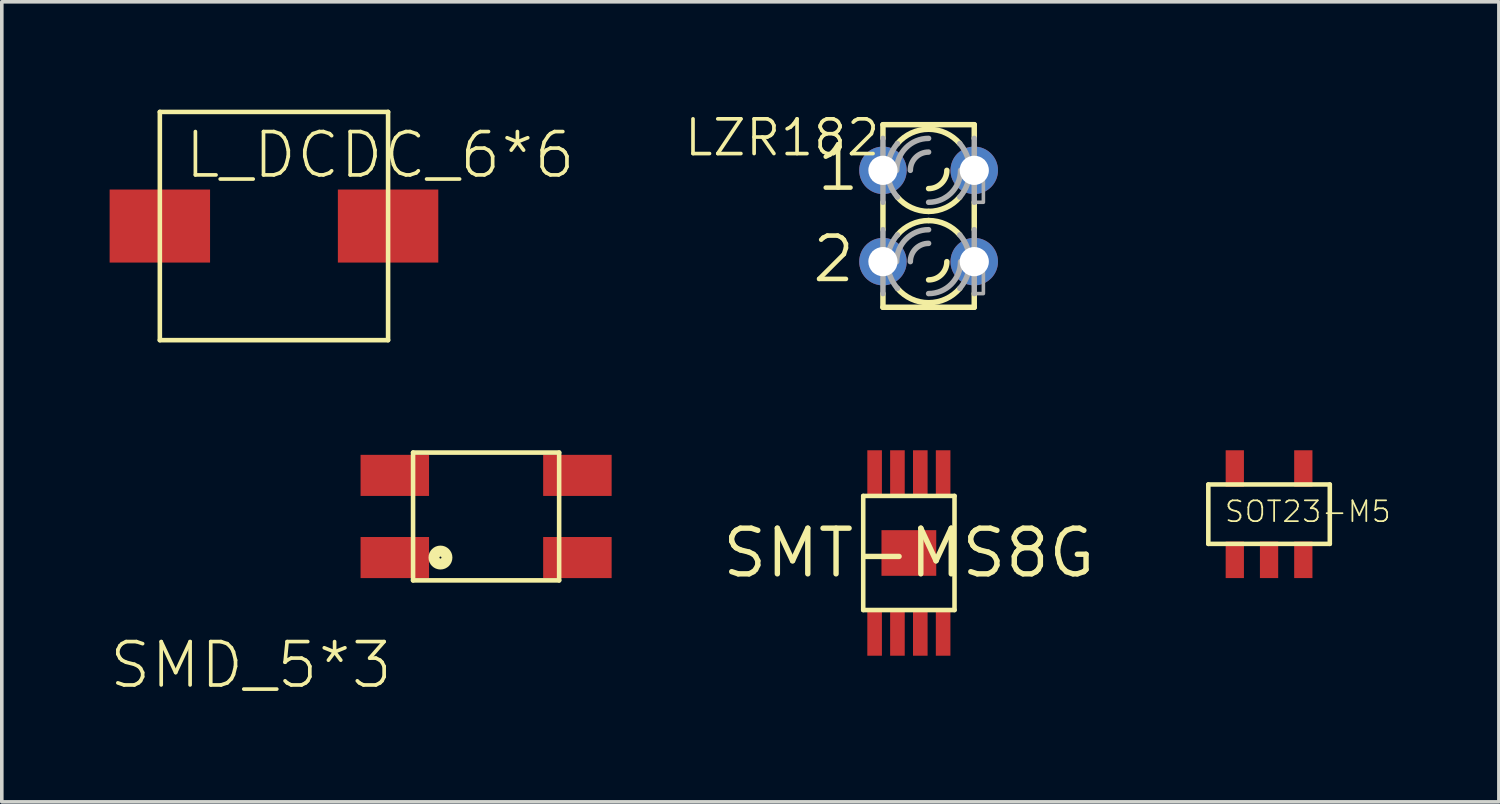
<source format=kicad_pcb>
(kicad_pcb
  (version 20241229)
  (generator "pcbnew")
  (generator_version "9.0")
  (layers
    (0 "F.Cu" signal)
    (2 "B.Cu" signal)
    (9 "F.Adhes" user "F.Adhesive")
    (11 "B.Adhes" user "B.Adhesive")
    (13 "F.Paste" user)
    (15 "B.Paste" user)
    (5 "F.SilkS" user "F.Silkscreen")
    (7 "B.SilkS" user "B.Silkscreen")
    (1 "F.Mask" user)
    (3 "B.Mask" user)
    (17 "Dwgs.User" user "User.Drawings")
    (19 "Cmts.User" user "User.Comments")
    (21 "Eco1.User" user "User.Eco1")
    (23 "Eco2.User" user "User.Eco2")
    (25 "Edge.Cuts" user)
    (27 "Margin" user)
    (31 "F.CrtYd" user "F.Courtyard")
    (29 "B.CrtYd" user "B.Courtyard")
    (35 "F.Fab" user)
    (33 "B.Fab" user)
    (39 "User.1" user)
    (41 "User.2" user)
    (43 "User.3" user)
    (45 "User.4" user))
  (footprint "LZR182"
    (layer "F.Cu")
    (at 22.785 2.959)
    (property "Reference" "LZR182" (at -1.295 -2.743 0) (layer "F.SilkS") (effects (font (size 0.965 0.965) (thickness 0.102)) (justify right top)))
    (attr through_hole)
    (fp_line (start -1.27 -2.54) (end -1.27 -2.159) (stroke (width 0.152) (type solid)) (layer "F.SilkS"))
    (fp_line (start -1.27 -2.54) (end 1.27 -2.54) (stroke (width 0.152) (type solid)) (layer "F.SilkS"))
    (fp_line (start -1.27 -0.381) (end -1.27 0.381) (stroke (width 0.152) (type solid)) (layer "F.SilkS"))
    (fp_line (start -1.27 2.54) (end -1.27 2.159) (stroke (width 0.152) (type solid)) (layer "F.SilkS"))
    (fp_line (start -1.27 2.54) (end 1.27 2.54) (stroke (width 0.152) (type solid)) (layer "F.SilkS"))
    (fp_line (start 1.27 -2.54) (end 1.27 -2.159) (stroke (width 0.152) (type solid)) (layer "F.SilkS"))
    (fp_line (start 1.27 -0.381) (end 1.27 0.381) (stroke (width 0.152) (type solid)) (layer "F.SilkS"))
    (fp_line (start 1.27 2.54) (end 1.27 2.159) (stroke (width 0.152) (type solid)) (layer "F.SilkS"))
    (fp_arc (start -0.8678 -2.0139) (mid -0.477588 -2.308445) (end 0 -2.413001) (stroke (width 0.1524) (type solid)) (layer "F.SilkS"))
    (fp_arc (start -0.8678 0.5261) (mid -0.477588 0.231555) (end -0.000001 0.126999) (stroke (width 0.1524) (type solid)) (layer "F.SilkS"))
    (fp_arc (start -0.000001 -0.126999) (mid -0.477588 -0.231555) (end -0.8678 -0.5261) (stroke (width 0.1524) (type solid)) (layer "F.SilkS"))
    (fp_arc (start 0 -2.413) (mid 0.477588 -2.308444) (end 0.8678 -2.013899) (stroke (width 0.1524) (type solid)) (layer "F.SilkS"))
    (fp_arc (start 0 0.127) (mid 0.477587 0.231556) (end 0.867799 0.5261) (stroke (width 0.1524) (type solid)) (layer "F.SilkS"))
    (fp_arc (start 0 2.413001) (mid -0.477588 2.308445) (end -0.8678 2.0139) (stroke (width 0.1524) (type solid)) (layer "F.SilkS"))
    (fp_arc (start 0.508 -1.27) (mid 0.35921 -0.91079) (end 0 -0.762) (stroke (width 0.1524) (type solid)) (layer "F.SilkS"))
    (fp_arc (start 0.508 1.27) (mid 0.35921 1.62921) (end 0 1.778) (stroke (width 0.1524) (type solid)) (layer "F.SilkS"))
    (fp_arc (start 0.867799 -0.5261) (mid 0.477587 -0.231556) (end 0 -0.127) (stroke (width 0.1524) (type solid)) (layer "F.SilkS"))
    (fp_arc (start 0.8678 2.013899) (mid 0.477588 2.308444) (end 0 2.413) (stroke (width 0.1524) (type solid)) (layer "F.SilkS"))
    (fp_line (start -1.27 -0.381) (end -1.27 -2.159) (stroke (width 0.152) (type solid)) (layer "F.Fab"))
    (fp_line (start -1.27 2.159) (end -1.27 0.381) (stroke (width 0.152) (type solid)) (layer "F.Fab"))
    (fp_line (start 1.27 -2.159) (end 1.27 -0.381) (stroke (width 0.152) (type solid)) (layer "F.Fab"))
    (fp_line (start 1.27 0.381) (end 1.27 2.159) (stroke (width 0.152) (type solid)) (layer "F.Fab"))
    (fp_arc (start -1.143 -1.27) (mid -1.071949 -1.666597) (end -0.8677 -2.0139) (stroke (width 0.1524) (type solid)) (layer "F.Fab"))
    (fp_arc (start -1.143 1.27) (mid -1.071997 0.873413) (end -0.867801 0.5261) (stroke (width 0.1524) (type solid)) (layer "F.Fab"))
    (fp_arc (start -0.889 -1.27) (mid -0.628618 -1.898618) (end 0 -2.159) (stroke (width 0.1524) (type solid)) (layer "F.Fab"))
    (fp_arc (start -0.889 1.27) (mid -0.628618 0.641382) (end 0 0.381) (stroke (width 0.1524) (type solid)) (layer "F.Fab"))
    (fp_arc (start -0.867801 -0.5261) (mid -1.071997 -0.873413) (end -1.143 -1.27) (stroke (width 0.1524) (type solid)) (layer "F.Fab"))
    (fp_arc (start -0.8677 2.0139) (mid -1.071949 1.666597) (end -1.143 1.27) (stroke (width 0.1524) (type solid)) (layer "F.Fab"))
    (fp_arc (start -0.508 -1.27) (mid -0.35921 -1.62921) (end 0 -1.778) (stroke (width 0.1524) (type solid)) (layer "F.Fab"))
    (fp_arc (start -0.508 1.27) (mid -0.35921 0.91079) (end 0 0.762) (stroke (width 0.1524) (type solid)) (layer "F.Fab"))
    (fp_arc (start 0.8678 -2.0139) (mid 1.072043 -1.666595) (end 1.1431 -1.27) (stroke (width 0.1524) (type solid)) (layer "F.Fab"))
    (fp_arc (start 0.8678 0.5261) (mid 1.071949 0.873421) (end 1.1429 1.27) (stroke (width 0.1524) (type solid)) (layer "F.Fab"))
    (fp_arc (start 0.889 -1.27) (mid 0.628618 -0.641382) (end 0 -0.381) (stroke (width 0.1524) (type solid)) (layer "F.Fab"))
    (fp_arc (start 0.889 1.27) (mid 0.628618 1.898618) (end 0 2.159) (stroke (width 0.1524) (type solid)) (layer "F.Fab"))
    (fp_arc (start 1.1429 -1.27) (mid 1.071949 -0.873421) (end 0.8678 -0.5261) (stroke (width 0.1524) (type solid)) (layer "F.Fab"))
    (fp_arc (start 1.1431 1.27) (mid 1.072043 1.666594) (end 0.8678 2.0139) (stroke (width 0.1524) (type solid)) (layer "F.Fab"))
    (fp_poly (pts (xy -1.524 -1.016) (xy -1.27 -1.016) (xy -1.27 -1.524) (xy -1.524 -1.524)) (stroke (width 0.1) (type solid)) (fill no) (layer "F.Fab"))
    (fp_poly (pts (xy -1.524 1.524) (xy -1.27 1.524) (xy -1.27 1.016) (xy -1.524 1.016)) (stroke (width 0.1) (type solid)) (fill no) (layer "F.Fab"))
    (fp_poly (pts (xy 1.27 -0.381) (xy 1.524 -0.381) (xy 1.524 -1.524) (xy 1.27 -1.524)) (stroke (width 0.1) (type solid)) (fill no) (layer "F.Fab"))
    (fp_poly (pts (xy 1.27 2.159) (xy 1.524 2.159) (xy 1.524 1.016) (xy 1.27 1.016)) (stroke (width 0.1) (type solid)) (fill no) (layer "F.Fab"))
    (fp_text user "1" (at -3.175 -0.635 0) (layer "F.SilkS") (effects (font (size 1.206 1.206) (thickness 0.127)) (justify left bottom)))
    (fp_text user "2" (at -3.302 1.905 0) (layer "F.SilkS") (effects (font (size 1.206 1.206) (thickness 0.127)) (justify left bottom)))
    (pad "A1" thru_hole circle (at -1.27 -1.27) (size 1.321 1.321) (drill 0.813) (layers "*.Cu" "*.Mask"))
    (pad "A2" thru_hole circle (at -1.27 1.27) (size 1.321 1.321) (drill 0.813) (layers "*.Cu" "*.Mask"))
    (pad "K1" thru_hole circle (at 1.27 -1.27) (size 1.321 1.321) (drill 0.813) (layers "*.Cu" "*.Mask"))
    (pad "K2" thru_hole circle (at 1.27 1.27) (size 1.321 1.321) (drill 0.813) (layers "*.Cu" "*.Mask")))
  (footprint "SMD_5*3"
    (layer "F.Cu")
    (at 10.474 11.319)
    (property "Reference" "SMD_5*3" (at -2.54 3.429 0) (layer "F.SilkS") (effects (font (size 1.206 1.206) (thickness 0.102)) (justify right top)))
    (attr through_hole)
    (fp_line (start -2.032 -1.778) (end 2.032 -1.778) (stroke (width 0.127) (type solid)) (layer "F.SilkS"))
    (fp_line (start -2.032 1.778) (end -2.032 -1.778) (stroke (width 0.127) (type solid)) (layer "F.SilkS"))
    (fp_line (start 2.032 -1.778) (end 2.032 1.778) (stroke (width 0.127) (type solid)) (layer "F.SilkS"))
    (fp_line (start 2.032 1.778) (end -2.032 1.778) (stroke (width 0.127) (type solid)) (layer "F.SilkS"))
    (fp_circle (center -1.27 1.143) (end -1.09 1.143) (stroke (width 0.305) (type solid)) (fill no) (layer "F.SilkS"))
    (pad "P$1" smd rect (at -2.54 1.143) (size 1.905 1.143) (layers "F.Cu" "F.Mask" "F.Paste"))
    (pad "P$2" smd rect (at 2.54 1.143) (size 1.905 1.143) (layers "F.Cu" "F.Mask" "F.Paste"))
    (pad "P$3" smd rect (at 2.54 -1.143) (size 1.905 1.143) (layers "F.Cu" "F.Mask" "F.Paste"))
    (pad "P$4" smd rect (at -2.54 -1.143) (size 1.905 1.143) (layers "F.Cu" "F.Mask" "F.Paste")))
  (footprint "SMT-MS8G"
    (layer "F.Cu")
    (at 22.236 12.335)
    (property "Reference" "SMT-MS8G" (at 0 0 0) (layer "F.SilkS") (effects (font (size 1.27 1.27) (thickness 0.15))))
    (attr through_hole)
    (fp_line (start -1.27 -1.587) (end 1.27 -1.587) (stroke (width 0.127) (type solid)) (layer "F.SilkS"))
    (fp_line (start -1.27 1.587) (end -1.27 -1.587) (stroke (width 0.127) (type solid)) (layer "F.SilkS"))
    (fp_line (start 1.27 -1.587) (end 1.27 1.587) (stroke (width 0.127) (type solid)) (layer "F.SilkS"))
    (fp_line (start 1.27 1.587) (end -1.27 1.587) (stroke (width 0.127) (type solid)) (layer "F.SilkS"))
    (pad "P$1" smd rect (at -0.953 2.223 90) (size 1.27 0.406) (layers "F.Cu" "F.Mask" "F.Paste"))
    (pad "P$2" smd rect (at -0.318 2.223 90) (size 1.27 0.406) (layers "F.Cu" "F.Mask" "F.Paste"))
    (pad "P$3" smd rect (at 0.318 2.223 90) (size 1.27 0.406) (layers "F.Cu" "F.Mask" "F.Paste"))
    (pad "P$4" smd rect (at 0.953 2.223 90) (size 1.27 0.406) (layers "F.Cu" "F.Mask" "F.Paste"))
    (pad "P$5" smd rect (at 0.953 -2.223 90) (size 1.27 0.406) (layers "F.Cu" "F.Mask" "F.Paste"))
    (pad "P$6" smd rect (at 0.318 -2.223 90) (size 1.27 0.406) (layers "F.Cu" "F.Mask" "F.Paste"))
    (pad "P$7" smd rect (at -0.318 -2.223 90) (size 1.27 0.406) (layers "F.Cu" "F.Mask" "F.Paste"))
    (pad "P$8" smd rect (at -0.953 -2.223 90) (size 1.27 0.406) (layers "F.Cu" "F.Mask" "F.Paste"))
    (pad "P$9" smd rect (at 0 0) (size 1.524 1.27) (layers "F.Cu" "F.Mask" "F.Paste")))
  (footprint "SOT23-M5"
    (layer "F.Cu")
    (at 32.257 11.255)
    (property "Reference" "SOT23-M5" (at -1.27 0.267 0) (layer "F.SilkS") (effects (font (size 0.579 0.579) (thickness 0.049)) (justify left bottom)))
    (attr through_hole)
    (fp_line (start -1.69 -0.826) (end 1.69 -0.826) (stroke (width 0.127) (type solid)) (layer "F.SilkS"))
    (fp_line (start -1.69 0.826) (end -1.69 -0.826) (stroke (width 0.127) (type solid)) (layer "F.SilkS"))
    (fp_line (start 1.69 -0.826) (end 1.69 0.826) (stroke (width 0.127) (type solid)) (layer "F.SilkS"))
    (fp_line (start 1.69 0.826) (end -1.69 0.826) (stroke (width 0.127) (type solid)) (layer "F.SilkS"))
    (pad "1" smd rect (at -0.953 1.27 90) (size 1.016 0.508) (layers "F.Cu" "F.Mask" "F.Paste"))
    (pad "2" smd rect (at 0 1.27 90) (size 1.016 0.508) (layers "F.Cu" "F.Mask" "F.Paste"))
    (pad "3" smd rect (at 0.953 1.27 90) (size 1.016 0.508) (layers "F.Cu" "F.Mask" "F.Paste"))
    (pad "4" smd rect (at 0.953 -1.27 90) (size 1.016 0.508) (layers "F.Cu" "F.Mask" "F.Paste"))
    (pad "5" smd rect (at -0.953 -1.27 90) (size 1.016 0.508) (layers "F.Cu" "F.Mask" "F.Paste")))
  (footprint "L_DCDC_6*6"
    (layer "F.Cu")
    (at 1.397 3.239)
    (property "Reference" "L_DCDC_6*6" (at 0.635 -1.27 0) (layer "F.SilkS") (effects (font (size 1.206 1.206) (thickness 0.102)) (justify left bottom)))
    (attr through_hole)
    (fp_line (start 0 -3.175) (end 0 3.175) (stroke (width 0.127) (type solid)) (layer "F.SilkS"))
    (fp_line (start 0 3.175) (end 6.35 3.175) (stroke (width 0.127) (type solid)) (layer "F.SilkS"))
    (fp_line (start 6.35 -3.175) (end 0 -3.175) (stroke (width 0.127) (type solid)) (layer "F.SilkS"))
    (fp_line (start 6.35 3.175) (end 6.35 -3.175) (stroke (width 0.127) (type solid)) (layer "F.SilkS"))
    (pad "P$1" smd rect (at 0 0) (size 2.794 2.032) (layers "F.Cu" "F.Mask" "F.Paste"))
    (pad "P$2" smd rect (at 6.35 0) (size 2.794 2.032) (layers "F.Cu" "F.Mask" "F.Paste")))
  (gr_rect
    (start -3 -3)
    (end 38.651 19.259)
    (stroke (width 0.1) (type default))
    (fill no)
    (layer "Edge.Cuts")))
</source>
